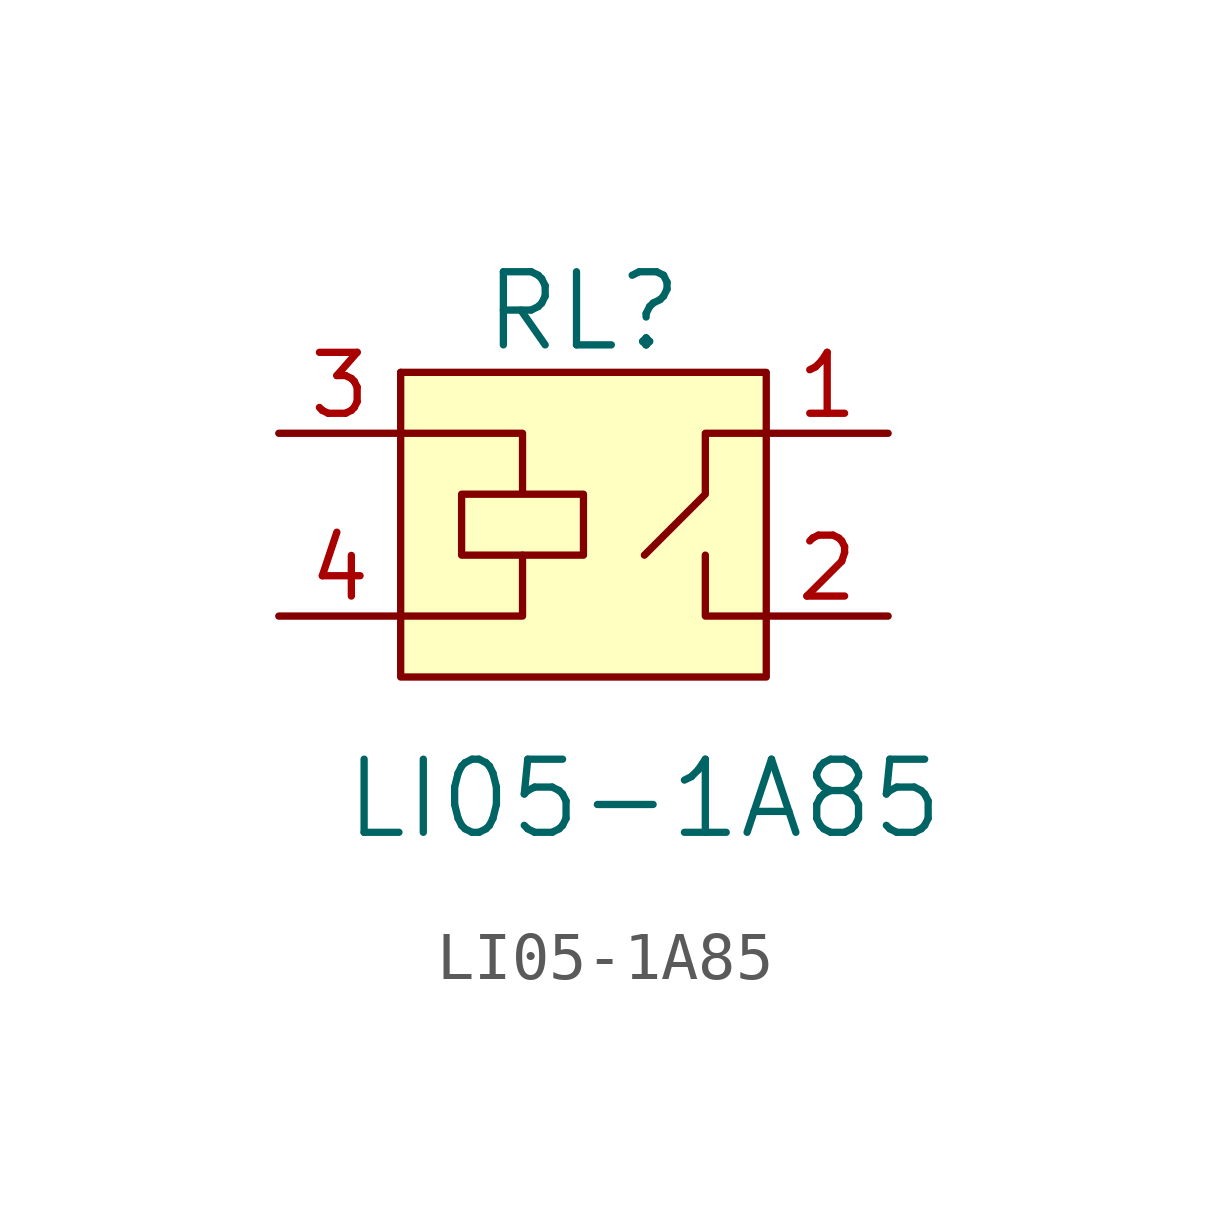
<source format=kicad_sym>
(kicad_symbol_lib
  (version 20231120)
  (generator "kicad_symbol_editor")
  (generator_version "8.0")
  (symbol "LI05-1A85"
    (pin_names
      (offset 1.016))
    (property "Reference" "RL"
      (at 0 7.62 0)
      (effects (font (size 1.524 1.524))))
    (property "Value" "LI05-1A85"
      (at 1.27 -2.54 0)
      (effects (font (size 1.524 1.524))))
    (symbol "LI05-1A85_0_1"
      (rectangle (start -3.81 6.35) (end -3.81 6.35) (stroke (width 0) (type default)) (fill (type none)))
      (rectangle (start -3.81 6.35) (end 3.81 0) (stroke (width 0) (type default)) (fill (type background)))
      (polyline (pts (xy -1.27 2.54) (xy -1.27 1.27) (xy -3.81 1.27)) (stroke (width 0) (type default)) (fill (type none)))
      (polyline (pts (xy 2.54 2.54) (xy 2.54 1.27) (xy 3.81 1.27)) (stroke (width 0) (type default)) (fill (type none)))
      (polyline (pts (xy 3.81 5.08) (xy 2.54 5.08) (xy 2.54 3.81) (xy 1.27 2.54)) (stroke (width 0) (type default)) (fill (type none)))
      (polyline (pts (xy -3.81 5.08) (xy -1.27 5.08) (xy -1.27 3.81) (xy -2.54 3.81) (xy -2.54 2.54) (xy 0 2.54) (xy 0 3.81) (xy -1.27 3.81)) (stroke (width 0) (type default)) (fill (type none))))
    (symbol "LI05-1A85_1_1"
      (pin passive line (at 6.35 5.08 180) (length 2.54) (name "~" (effects (font (size 1.27 1.27)))) (number "1" (effects (font (size 1.27 1.27)))))
      (pin passive line (at 6.35 1.27 180) (length 2.54) (name "~" (effects (font (size 1.27 1.27)))) (number "2" (effects (font (size 1.27 1.27)))))
      (pin passive line (at -6.35 5.08 0) (length 2.54) (name "~" (effects (font (size 1.27 1.27)))) (number "3" (effects (font (size 1.27 1.27)))))
      (pin passive line (at -6.35 1.27 0) (length 2.54) (name "~" (effects (font (size 1.27 1.27)))) (number "4" (effects (font (size 1.27 1.27))))))))
</source>
